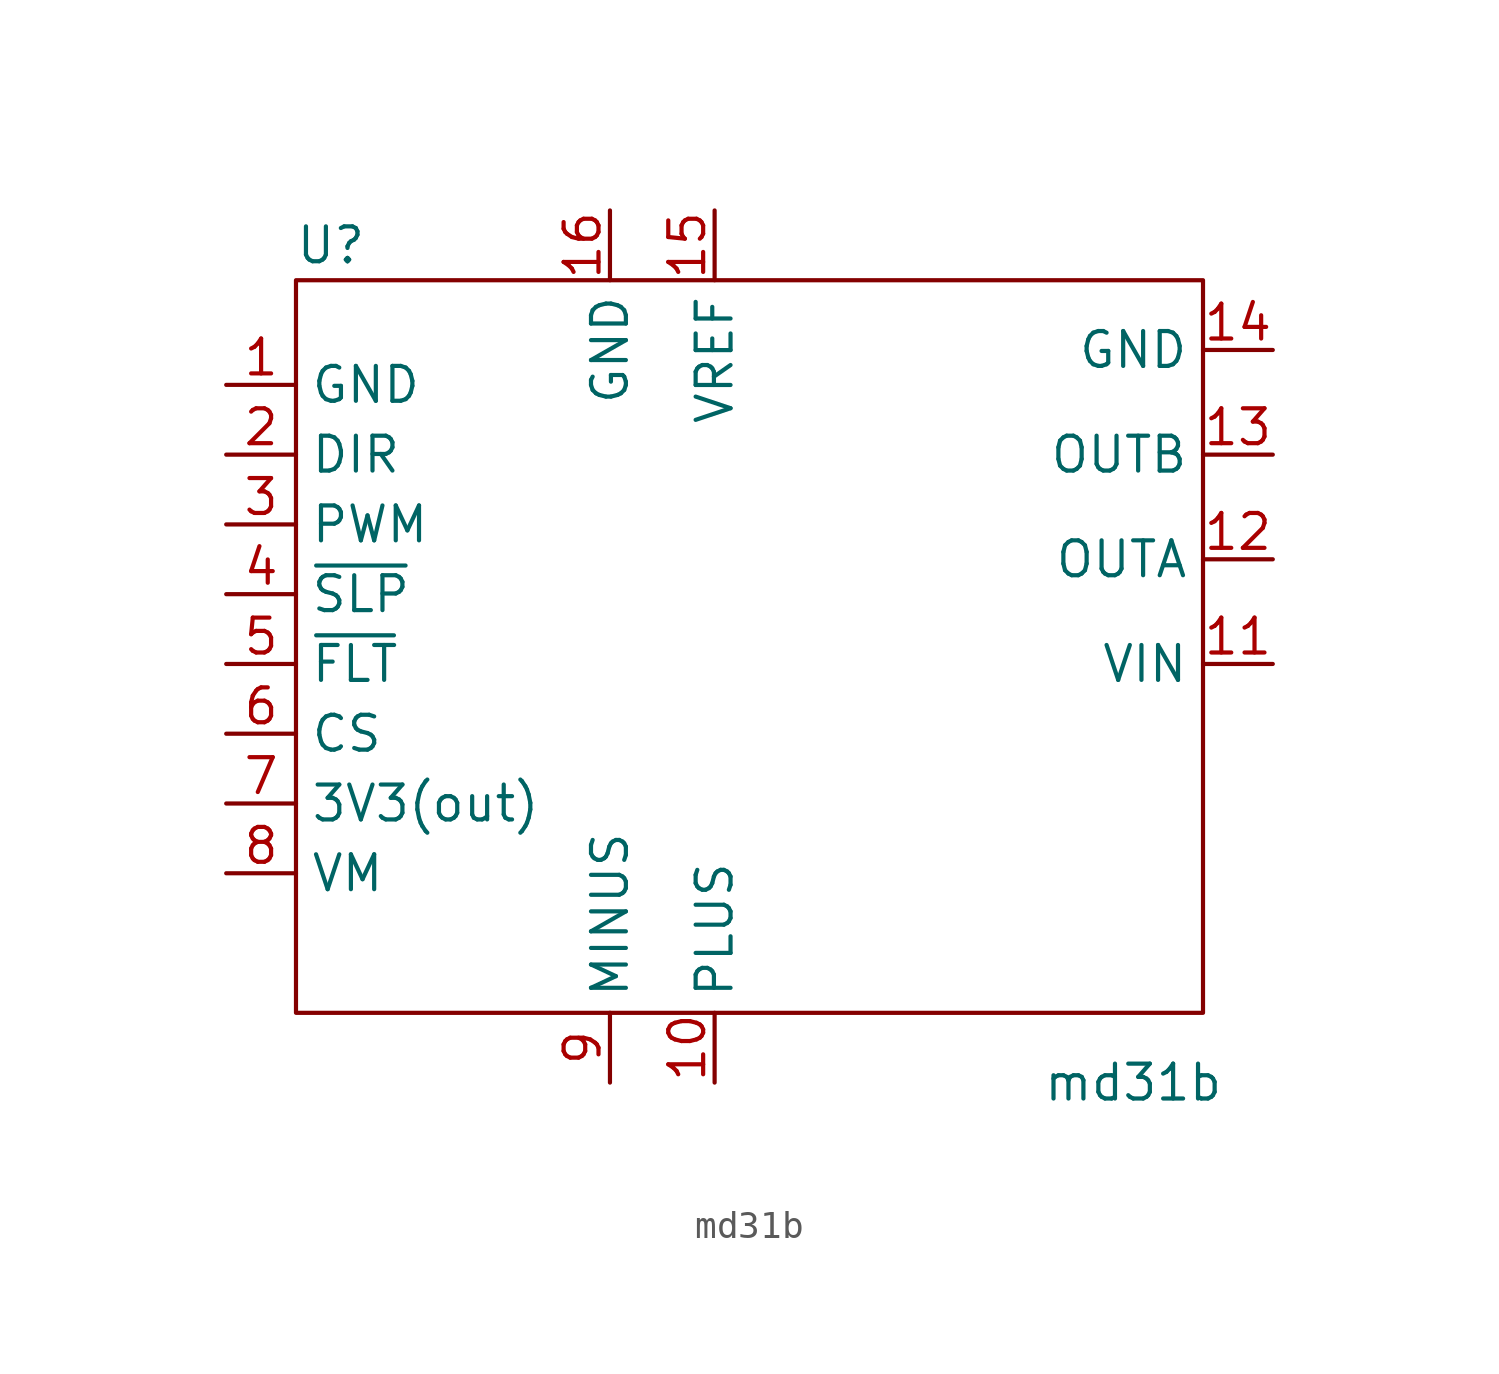
<source format=kicad_sym>
(kicad_symbol_lib
  (version 20211014)
  (generator kicad_symbol_editor)
  (symbol "md31b"
    (property "Reference" "U"
      (at -31.75 39.37 0)
      (effects (font (size 1.27 1.27))))
    (property "Value" "md31b"
      (at -2.54 8.89 0)
      (effects (font (size 1.27 1.27))))
    (symbol "md31b_0_1"
      (rectangle (start -33.02 38.1) (end 0 11.43) (stroke (width 0) (type default) (color 0 0 0 0)) (fill (type none))))
    (symbol "md31b_1_1"
      (pin power_in line (at -35.56 34.29 0) (length 2.54) (name "GND" (effects (font (size 1.27 1.27)))) (number "1" (effects (font (size 1.27 1.27)))))
      (pin power_in line (at -17.78 8.89 90) (length 2.54) (name "PLUS" (effects (font (size 1.27 1.27)))) (number "10" (effects (font (size 1.27 1.27)))))
      (pin power_in line (at 2.54 24.13 180) (length 2.54) (name "VIN" (effects (font (size 1.27 1.27)))) (number "11" (effects (font (size 1.27 1.27)))))
      (pin power_out line (at 2.54 27.94 180) (length 2.54) (name "OUTA" (effects (font (size 1.27 1.27)))) (number "12" (effects (font (size 1.27 1.27)))))
      (pin power_out line (at 2.54 31.75 180) (length 2.54) (name "OUTB" (effects (font (size 1.27 1.27)))) (number "13" (effects (font (size 1.27 1.27)))))
      (pin power_in line (at 2.54 35.56 180) (length 2.54) (name "GND" (effects (font (size 1.27 1.27)))) (number "14" (effects (font (size 1.27 1.27)))))
      (pin power_in line (at -17.78 40.64 270) (length 2.54) (name "VREF" (effects (font (size 1.27 1.27)))) (number "15" (effects (font (size 1.27 1.27)))))
      (pin power_in line (at -21.59 40.64 270) (length 2.54) (name "GND" (effects (font (size 1.27 1.27)))) (number "16" (effects (font (size 1.27 1.27)))))
      (pin power_in line (at -35.56 31.75 0) (length 2.54) (name "DIR" (effects (font (size 1.27 1.27)))) (number "2" (effects (font (size 1.27 1.27)))))
      (pin power_in line (at -35.56 29.21 0) (length 2.54) (name "PWM" (effects (font (size 1.27 1.27)))) (number "3" (effects (font (size 1.27 1.27)))))
      (pin power_in line (at -35.56 26.67 0) (length 2.54) (name "~{SLP}" (effects (font (size 1.27 1.27)))) (number "4" (effects (font (size 1.27 1.27)))))
      (pin power_in line (at -35.56 24.13 0) (length 2.54) (name "~{FLT}" (effects (font (size 1.27 1.27)))) (number "5" (effects (font (size 1.27 1.27)))))
      (pin power_in line (at -35.56 21.59 0) (length 2.54) (name "CS" (effects (font (size 1.27 1.27)))) (number "6" (effects (font (size 1.27 1.27)))))
      (pin power_in line (at -35.56 19.05 0) (length 2.54) (name "3V3(out)" (effects (font (size 1.27 1.27)))) (number "7" (effects (font (size 1.27 1.27)))))
      (pin power_in line (at -35.56 16.51 0) (length 2.54) (name "VM" (effects (font (size 1.27 1.27)))) (number "8" (effects (font (size 1.27 1.27)))))
      (pin power_in line (at -21.59 8.89 90) (length 2.54) (name "MINUS" (effects (font (size 1.27 1.27)))) (number "9" (effects (font (size 1.27 1.27))))))))
</source>
